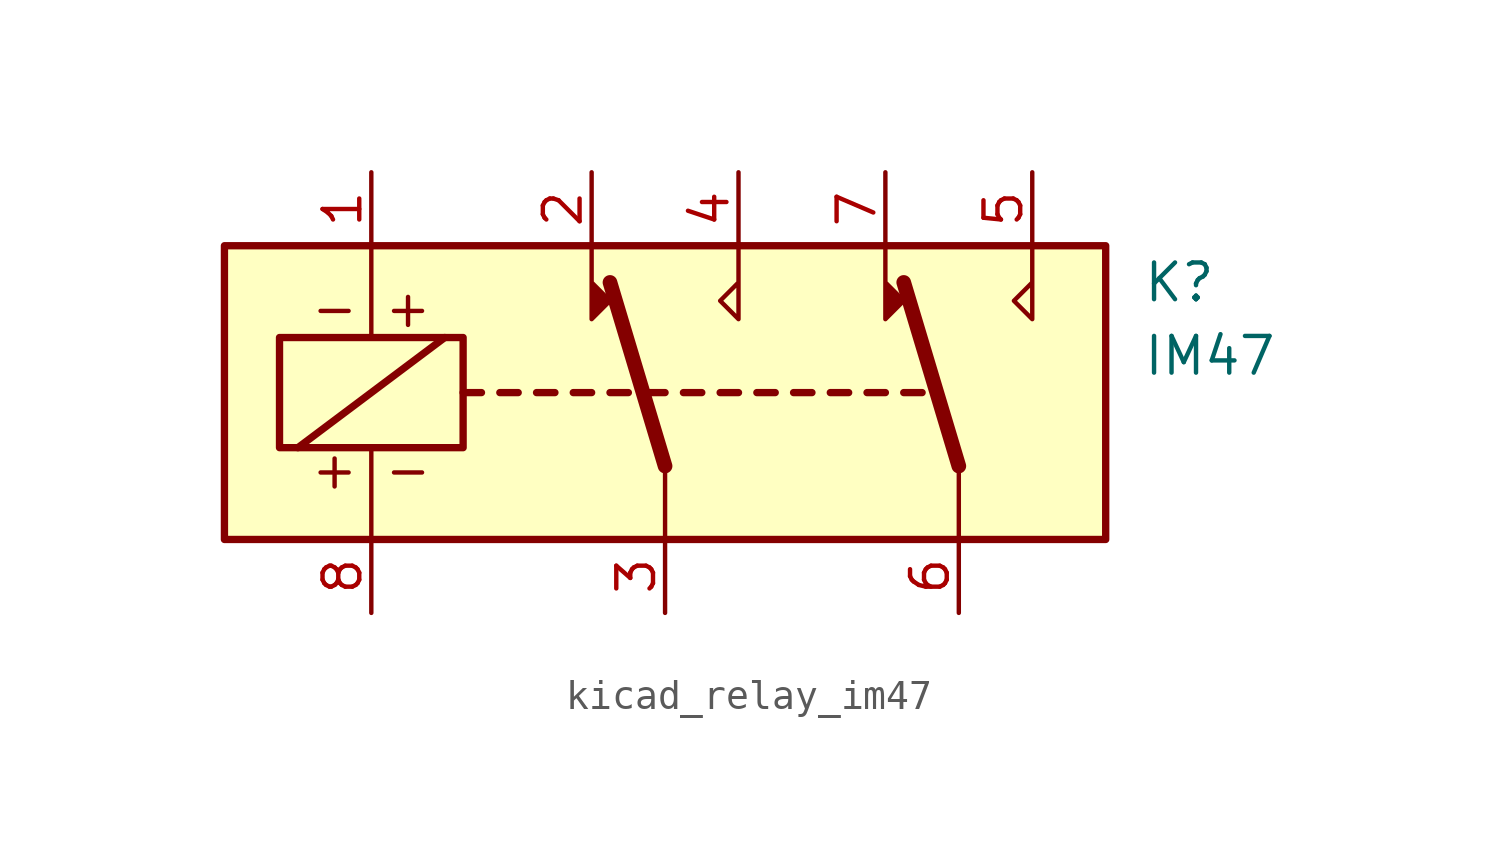
<source format=kicad_sym>
(kicad_symbol_lib
  (version 20220914)
  (generator kicad_symbol_editor)
  (symbol "kicad_relay_im47"
    (property "Reference" "K"
      (at 16.51 3.81 0)
      (effects (font (size 1.27 1.27)) (justify left)))
    (property "Value" "IM47"
      (at 16.51 1.27 0)
      (effects (font (size 1.27 1.27)) (justify left)))
    (symbol "kicad_relay_im47_0_0"
      (text "+ -" (at -10.16 -2.667 0) (effects (font (size 1.27 1.27))))
      (text "- +" (at -10.16 2.921 0) (effects (font (size 1.27 1.27)))))
    (symbol "kicad_relay_im47_0_1"
      (rectangle (start -15.24 5.08) (end 15.24 -5.08) (stroke (width 0.254) (type default)) (fill (type background)))
      (rectangle (start -13.335 1.905) (end -6.985 -1.905) (stroke (width 0.254) (type default)) (fill (type none)))
      (polyline (pts (xy -12.7 -1.905) (xy -7.62 1.905)) (stroke (width 0.254) (type default)) (fill (type none)))
      (polyline (pts (xy -10.16 -5.08) (xy -10.16 -1.905)) (stroke (width 0) (type default)) (fill (type none)))
      (polyline (pts (xy -10.16 5.08) (xy -10.16 1.905)) (stroke (width 0) (type default)) (fill (type none)))
      (polyline (pts (xy -6.985 0) (xy -6.35 0)) (stroke (width 0.254) (type default)) (fill (type none)))
      (polyline (pts (xy -5.715 0) (xy -5.08 0)) (stroke (width 0.254) (type default)) (fill (type none)))
      (polyline (pts (xy -4.445 0) (xy -3.81 0)) (stroke (width 0.254) (type default)) (fill (type none)))
      (polyline (pts (xy -3.175 0) (xy -2.54 0)) (stroke (width 0.254) (type default)) (fill (type none)))
      (polyline (pts (xy -1.905 0) (xy -1.27 0)) (stroke (width 0.254) (type default)) (fill (type none)))
      (polyline (pts (xy -0.635 0) (xy 0 0)) (stroke (width 0.254) (type default)) (fill (type none)))
      (polyline (pts (xy 0 -2.54) (xy -1.905 3.81)) (stroke (width 0.508) (type default)) (fill (type none)))
      (polyline (pts (xy 0 -2.54) (xy 0 -5.08)) (stroke (width 0) (type default)) (fill (type none)))
      (polyline (pts (xy 0.635 0) (xy 1.27 0)) (stroke (width 0.254) (type default)) (fill (type none)))
      (polyline (pts (xy 1.905 0) (xy 2.54 0)) (stroke (width 0.254) (type default)) (fill (type none)))
      (polyline (pts (xy 3.175 0) (xy 3.81 0)) (stroke (width 0.254) (type default)) (fill (type none)))
      (polyline (pts (xy 4.445 0) (xy 5.08 0)) (stroke (width 0.254) (type default)) (fill (type none)))
      (polyline (pts (xy 5.715 0) (xy 6.35 0)) (stroke (width 0.254) (type default)) (fill (type none)))
      (polyline (pts (xy 6.985 0) (xy 7.62 0)) (stroke (width 0.254) (type default)) (fill (type none)))
      (polyline (pts (xy 8.255 0) (xy 8.89 0)) (stroke (width 0.254) (type default)) (fill (type none)))
      (polyline (pts (xy 10.16 -2.54) (xy 8.255 3.81)) (stroke (width 0.508) (type default)) (fill (type none)))
      (polyline (pts (xy 10.16 -2.54) (xy 10.16 -5.08)) (stroke (width 0) (type default)) (fill (type none)))
      (polyline (pts (xy -2.54 5.08) (xy -2.54 2.54) (xy -1.905 3.175) (xy -2.54 3.81)) (stroke (width 0) (type default)) (fill (type outline)))
      (polyline (pts (xy 2.54 5.08) (xy 2.54 2.54) (xy 1.905 3.175) (xy 2.54 3.81)) (stroke (width 0) (type default)) (fill (type none)))
      (polyline (pts (xy 7.62 5.08) (xy 7.62 2.54) (xy 8.255 3.175) (xy 7.62 3.81)) (stroke (width 0) (type default)) (fill (type outline)))
      (polyline (pts (xy 12.7 5.08) (xy 12.7 2.54) (xy 12.065 3.175) (xy 12.7 3.81)) (stroke (width 0) (type default)) (fill (type none))))
    (symbol "kicad_relay_im47_1_1"
      (pin passive line (at -10.16 7.62 270) (length 2.54) (name "~" (effects (font (size 1.27 1.27)))) (number "1" (effects (font (size 1.27 1.27)))))
      (pin passive line (at -2.54 7.62 270) (length 2.54) (name "~" (effects (font (size 1.27 1.27)))) (number "2" (effects (font (size 1.27 1.27)))))
      (pin passive line (at 0 -7.62 90) (length 2.54) (name "~" (effects (font (size 1.27 1.27)))) (number "3" (effects (font (size 1.27 1.27)))))
      (pin passive line (at 2.54 7.62 270) (length 2.54) (name "~" (effects (font (size 1.27 1.27)))) (number "4" (effects (font (size 1.27 1.27)))))
      (pin passive line (at 12.7 7.62 270) (length 2.54) (name "~" (effects (font (size 1.27 1.27)))) (number "5" (effects (font (size 1.27 1.27)))))
      (pin passive line (at 10.16 -7.62 90) (length 2.54) (name "~" (effects (font (size 1.27 1.27)))) (number "6" (effects (font (size 1.27 1.27)))))
      (pin passive line (at 7.62 7.62 270) (length 2.54) (name "~" (effects (font (size 1.27 1.27)))) (number "7" (effects (font (size 1.27 1.27)))))
      (pin passive line (at -10.16 -7.62 90) (length 2.54) (name "~" (effects (font (size 1.27 1.27)))) (number "8" (effects (font (size 1.27 1.27))))))))
</source>
